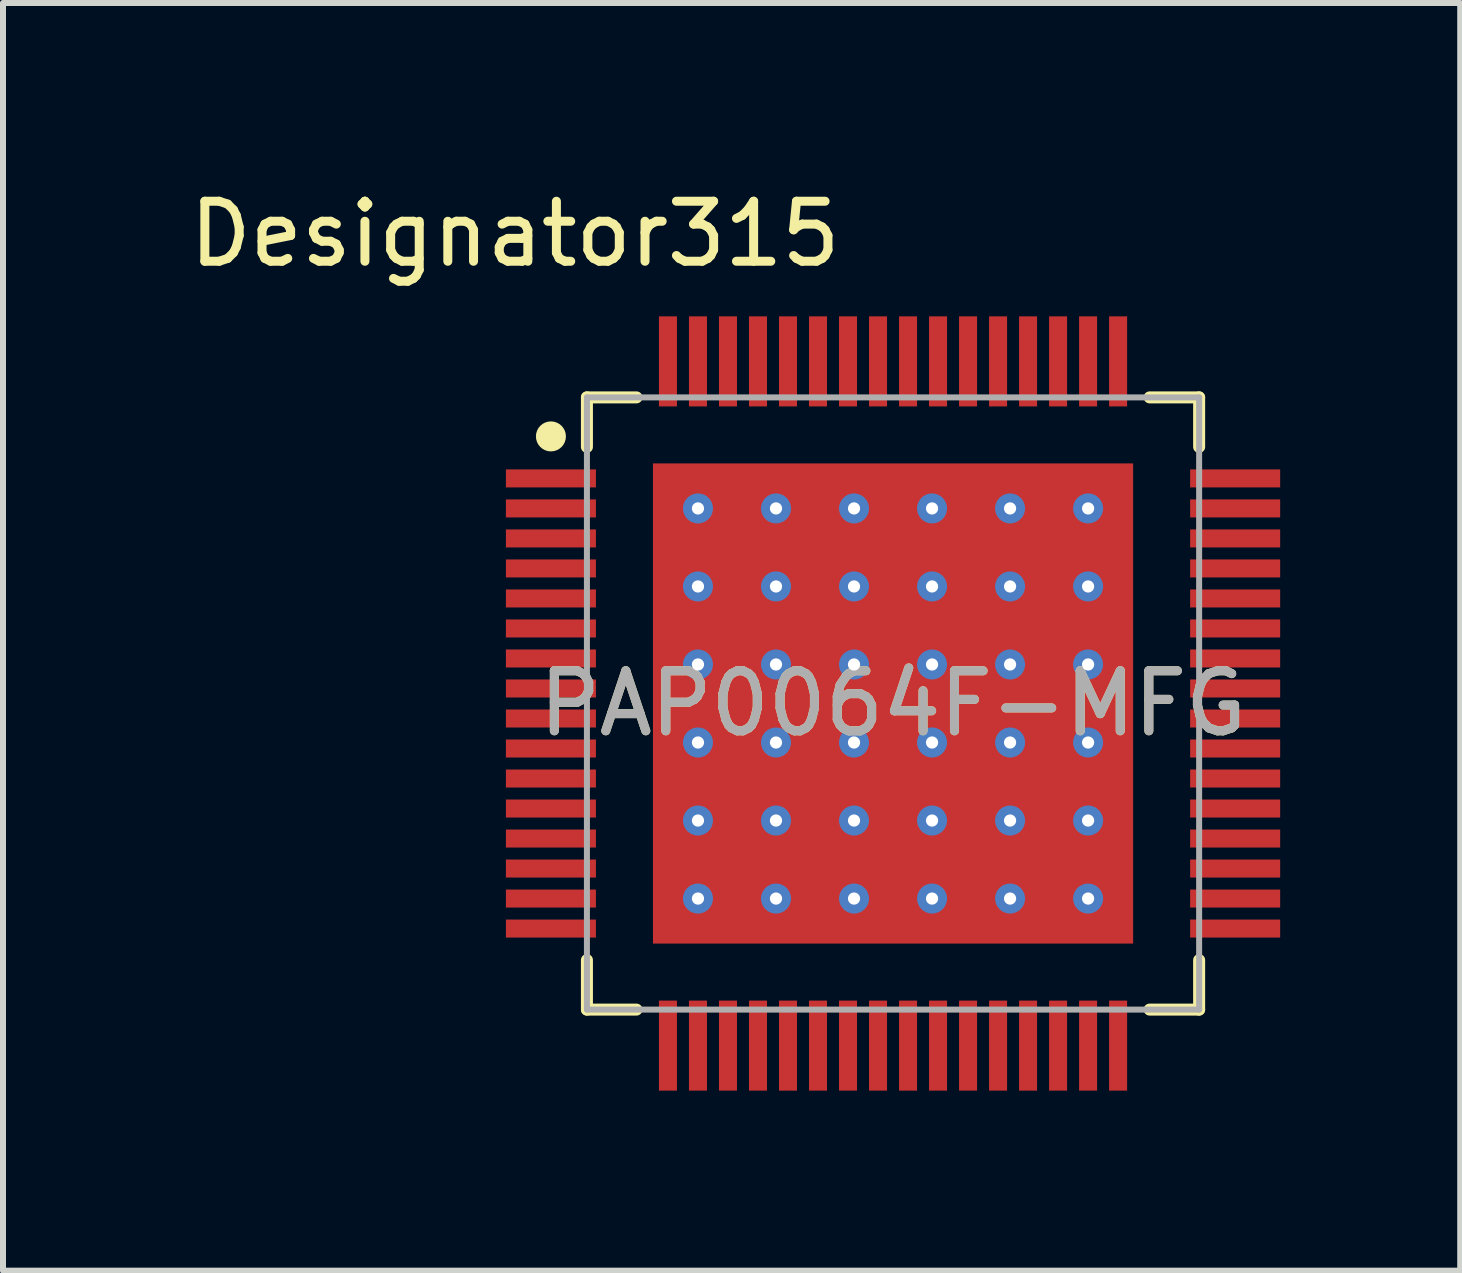
<source format=kicad_pcb>
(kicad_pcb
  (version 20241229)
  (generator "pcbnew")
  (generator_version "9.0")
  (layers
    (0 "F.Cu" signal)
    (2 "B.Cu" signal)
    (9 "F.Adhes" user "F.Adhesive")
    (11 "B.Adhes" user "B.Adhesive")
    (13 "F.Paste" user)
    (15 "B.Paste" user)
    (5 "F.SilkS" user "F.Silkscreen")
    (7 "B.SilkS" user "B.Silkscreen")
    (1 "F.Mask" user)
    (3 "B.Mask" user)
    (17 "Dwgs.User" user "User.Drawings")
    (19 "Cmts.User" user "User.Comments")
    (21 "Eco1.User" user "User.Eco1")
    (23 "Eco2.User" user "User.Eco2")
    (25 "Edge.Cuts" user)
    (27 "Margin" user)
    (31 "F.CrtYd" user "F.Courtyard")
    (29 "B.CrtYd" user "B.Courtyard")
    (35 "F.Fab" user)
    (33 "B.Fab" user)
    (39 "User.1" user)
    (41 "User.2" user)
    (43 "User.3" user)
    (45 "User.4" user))
  (footprint "PAP0064F-MFG"
    (layer "F.Cu")
    (at 11.829 8.671)
    (property "Reference" "PAP0064F-MFG" (at 0 0 0) (unlocked yes) (layer "F.SilkS") (effects (font (size 1 1) (thickness 0.15))))
    (attr smd)
    (fp_poly (pts (xy 3.25 -3.2) (xy 3.25 3.2) (xy 3.2 3.25) (xy -3.2 3.25) (xy -3.25 3.2) (xy -3.25 -3.2) (xy -3.2 -3.25) (xy 3.2 -3.25)) (stroke (width 0) (type solid)) (fill yes) (layer "F.Mask"))
    (fp_line (start -5.1 -5.1) (end -4.275 -5.1) (stroke (width 0.2) (type solid)) (layer "F.SilkS"))
    (fp_line (start -5.1 -4.275) (end -5.1 -5.1) (stroke (width 0.2) (type solid)) (layer "F.SilkS"))
    (fp_line (start -5.1 5.1) (end -5.1 4.275) (stroke (width 0.2) (type solid)) (layer "F.SilkS"))
    (fp_line (start -5.1 5.1) (end -4.275 5.1) (stroke (width 0.2) (type solid)) (layer "F.SilkS"))
    (fp_line (start 4.275 -5.1) (end 5.1 -5.1) (stroke (width 0.2) (type solid)) (layer "F.SilkS"))
    (fp_line (start 4.275 5.1) (end 5.1 5.1) (stroke (width 0.2) (type solid)) (layer "F.SilkS"))
    (fp_line (start 5.1 -4.275) (end 5.1 -5.1) (stroke (width 0.2) (type solid)) (layer "F.SilkS"))
    (fp_line (start 5.1 5.1) (end 5.1 4.275) (stroke (width 0.2) (type solid)) (layer "F.SilkS"))
    (fp_circle (center -5.7 -4.45) (end -5.575 -4.45) (stroke (width 0.25) (type solid)) (fill no) (layer "F.SilkS"))
    (fp_poly (pts (xy 3.25 -3.2) (xy 3.25 3.2) (xy 3.2 3.25) (xy -3.2 3.25) (xy -3.25 3.2) (xy -3.25 -3.2) (xy -3.2 -3.25) (xy 3.2 -3.25)) (stroke (width 0) (type solid)) (fill yes) (layer "F.Paste"))
    (fp_line (start -5.1 -5.1) (end 5.1 -5.1) (stroke (width 0.1) (type solid)) (layer "F.Fab"))
    (fp_line (start -5.1 5.1) (end -5.1 -5.1) (stroke (width 0.1) (type solid)) (layer "F.Fab"))
    (fp_line (start -5.1 5.1) (end 5.1 5.1) (stroke (width 0.1) (type solid)) (layer "F.Fab"))
    (fp_line (start 5.1 5.1) (end 5.1 -5.1) (stroke (width 0.1) (type solid)) (layer "F.Fab"))
    (fp_text user "Designator315" (at -6.299 -7.823 0) (unlocked yes) (layer "F.SilkS") (effects (font (size 1 1) (thickness 0.15))))
    (fp_text user "${REFERENCE}" (at 0 0 0) (unlocked yes) (layer "F.Fab") (effects (font (size 1 1) (thickness 0.15))))
    (pad "1" smd rect (at -5.7 -3.75 90) (size 0.3 1.5) (layers "F.Cu" "F.Mask" "F.Paste"))
    (pad "2" smd rect (at -5.7 -3.25 90) (size 0.3 1.5) (layers "F.Cu" "F.Mask" "F.Paste"))
    (pad "3" smd rect (at -5.7 -2.75 90) (size 0.3 1.5) (layers "F.Cu" "F.Mask" "F.Paste"))
    (pad "4" smd rect (at -5.7 -2.25 90) (size 0.3 1.5) (layers "F.Cu" "F.Mask" "F.Paste"))
    (pad "5" smd rect (at -5.7 -1.75 90) (size 0.3 1.5) (layers "F.Cu" "F.Mask" "F.Paste"))
    (pad "6" smd rect (at -5.7 -1.25 90) (size 0.3 1.5) (layers "F.Cu" "F.Mask" "F.Paste"))
    (pad "7" smd rect (at -5.7 -0.75 90) (size 0.3 1.5) (layers "F.Cu" "F.Mask" "F.Paste"))
    (pad "8" smd rect (at -5.7 -0.25 90) (size 0.3 1.5) (layers "F.Cu" "F.Mask" "F.Paste"))
    (pad "9" smd rect (at -5.7 0.25 90) (size 0.3 1.5) (layers "F.Cu" "F.Mask" "F.Paste"))
    (pad "10" smd rect (at -5.7 0.75 90) (size 0.3 1.5) (layers "F.Cu" "F.Mask" "F.Paste"))
    (pad "11" smd rect (at -5.7 1.25 90) (size 0.3 1.5) (layers "F.Cu" "F.Mask" "F.Paste"))
    (pad "12" smd rect (at -5.7 1.75 90) (size 0.3 1.5) (layers "F.Cu" "F.Mask" "F.Paste"))
    (pad "13" smd rect (at -5.7 2.25 90) (size 0.3 1.5) (layers "F.Cu" "F.Mask" "F.Paste"))
    (pad "14" smd rect (at -5.7 2.75 90) (size 0.3 1.5) (layers "F.Cu" "F.Mask" "F.Paste"))
    (pad "15" smd rect (at -5.7 3.25 90) (size 0.3 1.5) (layers "F.Cu" "F.Mask" "F.Paste"))
    (pad "16" smd rect (at -5.7 3.75 90) (size 0.3 1.5) (layers "F.Cu" "F.Mask" "F.Paste"))
    (pad "17" smd rect (at -3.75 5.7) (size 0.3 1.5) (layers "F.Cu" "F.Mask" "F.Paste"))
    (pad "18" smd rect (at -3.25 5.7) (size 0.3 1.5) (layers "F.Cu" "F.Mask" "F.Paste"))
    (pad "19" smd rect (at -2.75 5.7) (size 0.3 1.5) (layers "F.Cu" "F.Mask" "F.Paste"))
    (pad "20" smd rect (at -2.25 5.7) (size 0.3 1.5) (layers "F.Cu" "F.Mask" "F.Paste"))
    (pad "21" smd rect (at -1.75 5.7) (size 0.3 1.5) (layers "F.Cu" "F.Mask" "F.Paste"))
    (pad "22" smd rect (at -1.25 5.7) (size 0.3 1.5) (layers "F.Cu" "F.Mask" "F.Paste"))
    (pad "23" smd rect (at -0.75 5.7) (size 0.3 1.5) (layers "F.Cu" "F.Mask" "F.Paste"))
    (pad "24" smd rect (at -0.25 5.7) (size 0.3 1.5) (layers "F.Cu" "F.Mask" "F.Paste"))
    (pad "25" smd rect (at 0.25 5.7) (size 0.3 1.5) (layers "F.Cu" "F.Mask" "F.Paste"))
    (pad "26" smd rect (at 0.75 5.7) (size 0.3 1.5) (layers "F.Cu" "F.Mask" "F.Paste"))
    (pad "27" smd rect (at 1.25 5.7) (size 0.3 1.5) (layers "F.Cu" "F.Mask" "F.Paste"))
    (pad "28" smd rect (at 1.75 5.7) (size 0.3 1.5) (layers "F.Cu" "F.Mask" "F.Paste"))
    (pad "29" smd rect (at 2.25 5.7) (size 0.3 1.5) (layers "F.Cu" "F.Mask" "F.Paste"))
    (pad "30" smd rect (at 2.75 5.7) (size 0.3 1.5) (layers "F.Cu" "F.Mask" "F.Paste"))
    (pad "31" smd rect (at 3.25 5.7) (size 0.3 1.5) (layers "F.Cu" "F.Mask" "F.Paste"))
    (pad "32" smd rect (at 3.75 5.7) (size 0.3 1.5) (layers "F.Cu" "F.Mask" "F.Paste"))
    (pad "33" smd rect (at 5.7 3.75 90) (size 0.3 1.5) (layers "F.Cu" "F.Mask" "F.Paste"))
    (pad "34" smd rect (at 5.7 3.25 90) (size 0.3 1.5) (layers "F.Cu" "F.Mask" "F.Paste"))
    (pad "35" smd rect (at 5.7 2.75 90) (size 0.3 1.5) (layers "F.Cu" "F.Mask" "F.Paste"))
    (pad "36" smd rect (at 5.7 2.25 90) (size 0.3 1.5) (layers "F.Cu" "F.Mask" "F.Paste"))
    (pad "37" smd rect (at 5.7 1.75 90) (size 0.3 1.5) (layers "F.Cu" "F.Mask" "F.Paste"))
    (pad "38" smd rect (at 5.7 1.25 90) (size 0.3 1.5) (layers "F.Cu" "F.Mask" "F.Paste"))
    (pad "39" smd rect (at 5.7 0.75 90) (size 0.3 1.5) (layers "F.Cu" "F.Mask" "F.Paste"))
    (pad "40" smd rect (at 5.7 0.25 90) (size 0.3 1.5) (layers "F.Cu" "F.Mask" "F.Paste"))
    (pad "41" smd rect (at 5.7 -0.25 90) (size 0.3 1.5) (layers "F.Cu" "F.Mask" "F.Paste"))
    (pad "42" smd rect (at 5.7 -0.75 90) (size 0.3 1.5) (layers "F.Cu" "F.Mask" "F.Paste"))
    (pad "43" smd rect (at 5.7 -1.25 90) (size 0.3 1.5) (layers "F.Cu" "F.Mask" "F.Paste"))
    (pad "44" smd rect (at 5.7 -1.75 90) (size 0.3 1.5) (layers "F.Cu" "F.Mask" "F.Paste"))
    (pad "45" smd rect (at 5.7 -2.25 90) (size 0.3 1.5) (layers "F.Cu" "F.Mask" "F.Paste"))
    (pad "46" smd rect (at 5.7 -2.75 90) (size 0.3 1.5) (layers "F.Cu" "F.Mask" "F.Paste"))
    (pad "47" smd rect (at 5.7 -3.25 90) (size 0.3 1.5) (layers "F.Cu" "F.Mask" "F.Paste"))
    (pad "48" smd rect (at 5.7 -3.75 90) (size 0.3 1.5) (layers "F.Cu" "F.Mask" "F.Paste"))
    (pad "49" smd rect (at 3.75 -5.7) (size 0.3 1.5) (layers "F.Cu" "F.Mask" "F.Paste"))
    (pad "50" smd rect (at 3.25 -5.7) (size 0.3 1.5) (layers "F.Cu" "F.Mask" "F.Paste"))
    (pad "51" smd rect (at 2.75 -5.7) (size 0.3 1.5) (layers "F.Cu" "F.Mask" "F.Paste"))
    (pad "52" smd rect (at 2.25 -5.7) (size 0.3 1.5) (layers "F.Cu" "F.Mask" "F.Paste"))
    (pad "53" smd rect (at 1.75 -5.7) (size 0.3 1.5) (layers "F.Cu" "F.Mask" "F.Paste"))
    (pad "54" smd rect (at 1.25 -5.7) (size 0.3 1.5) (layers "F.Cu" "F.Mask" "F.Paste"))
    (pad "55" smd rect (at 0.75 -5.7) (size 0.3 1.5) (layers "F.Cu" "F.Mask" "F.Paste"))
    (pad "56" smd rect (at 0.25 -5.7) (size 0.3 1.5) (layers "F.Cu" "F.Mask" "F.Paste"))
    (pad "57" smd rect (at -0.25 -5.7) (size 0.3 1.5) (layers "F.Cu" "F.Mask" "F.Paste"))
    (pad "58" smd rect (at -0.75 -5.7) (size 0.3 1.5) (layers "F.Cu" "F.Mask" "F.Paste"))
    (pad "59" smd rect (at -1.25 -5.7) (size 0.3 1.5) (layers "F.Cu" "F.Mask" "F.Paste"))
    (pad "60" smd rect (at -1.75 -5.7) (size 0.3 1.5) (layers "F.Cu" "F.Mask" "F.Paste"))
    (pad "61" smd rect (at -2.25 -5.7) (size 0.3 1.5) (layers "F.Cu" "F.Mask" "F.Paste"))
    (pad "62" smd rect (at -2.75 -5.7) (size 0.3 1.5) (layers "F.Cu" "F.Mask" "F.Paste"))
    (pad "63" smd rect (at -3.25 -5.7) (size 0.3 1.5) (layers "F.Cu" "F.Mask" "F.Paste"))
    (pad "64" smd rect (at -3.75 -5.7) (size 0.3 1.5) (layers "F.Cu" "F.Mask" "F.Paste"))
    (pad "65" smd rect (at 0 0) (size 8 8) (layers "F.Cu"))
    (pad "66" thru_hole circle (at 3.25 3.25) (size 0.5 0.5) (drill 0.203) (layers "*.Cu" "*.Mask"))
    (pad "67" thru_hole circle (at 1.95 3.25) (size 0.5 0.5) (drill 0.203) (layers "*.Cu" "*.Mask"))
    (pad "68" thru_hole circle (at 0.65 3.25) (size 0.5 0.5) (drill 0.203) (layers "*.Cu" "*.Mask"))
    (pad "69" thru_hole circle (at -0.65 3.25) (size 0.5 0.5) (drill 0.203) (layers "*.Cu" "*.Mask"))
    (pad "70" thru_hole circle (at -1.95 3.25) (size 0.5 0.5) (drill 0.203) (layers "*.Cu" "*.Mask"))
    (pad "71" thru_hole circle (at -3.25 3.25) (size 0.5 0.5) (drill 0.203) (layers "*.Cu" "*.Mask"))
    (pad "72" thru_hole circle (at 3.25 1.95) (size 0.5 0.5) (drill 0.203) (layers "*.Cu" "*.Mask"))
    (pad "73" thru_hole circle (at 1.95 1.95) (size 0.5 0.5) (drill 0.203) (layers "*.Cu" "*.Mask"))
    (pad "74" thru_hole circle (at 0.65 1.95) (size 0.5 0.5) (drill 0.203) (layers "*.Cu" "*.Mask"))
    (pad "75" thru_hole circle (at -0.65 1.95) (size 0.5 0.5) (drill 0.203) (layers "*.Cu" "*.Mask"))
    (pad "76" thru_hole circle (at -1.95 1.95) (size 0.5 0.5) (drill 0.203) (layers "*.Cu" "*.Mask"))
    (pad "77" thru_hole circle (at -3.25 1.95) (size 0.5 0.5) (drill 0.203) (layers "*.Cu" "*.Mask"))
    (pad "78" thru_hole circle (at 3.25 0.65) (size 0.5 0.5) (drill 0.203) (layers "*.Cu" "*.Mask"))
    (pad "79" thru_hole circle (at 1.95 0.65) (size 0.5 0.5) (drill 0.203) (layers "*.Cu" "*.Mask"))
    (pad "80" thru_hole circle (at 0.65 0.65) (size 0.5 0.5) (drill 0.203) (layers "*.Cu" "*.Mask"))
    (pad "81" thru_hole circle (at -0.65 0.65) (size 0.5 0.5) (drill 0.203) (layers "*.Cu" "*.Mask"))
    (pad "82" thru_hole circle (at -1.95 0.65) (size 0.5 0.5) (drill 0.203) (layers "*.Cu" "*.Mask"))
    (pad "83" thru_hole circle (at -3.25 0.65) (size 0.5 0.5) (drill 0.203) (layers "*.Cu" "*.Mask"))
    (pad "84" thru_hole circle (at 3.25 -0.65) (size 0.5 0.5) (drill 0.203) (layers "*.Cu" "*.Mask"))
    (pad "85" thru_hole circle (at 1.95 -0.65) (size 0.5 0.5) (drill 0.203) (layers "*.Cu" "*.Mask"))
    (pad "86" thru_hole circle (at 0.65 -0.65) (size 0.5 0.5) (drill 0.203) (layers "*.Cu" "*.Mask"))
    (pad "87" thru_hole circle (at -0.65 -0.65) (size 0.5 0.5) (drill 0.203) (layers "*.Cu" "*.Mask"))
    (pad "88" thru_hole circle (at -1.95 -0.65) (size 0.5 0.5) (drill 0.203) (layers "*.Cu" "*.Mask"))
    (pad "89" thru_hole circle (at -3.25 -0.65) (size 0.5 0.5) (drill 0.203) (layers "*.Cu" "*.Mask"))
    (pad "90" thru_hole circle (at 3.25 -1.95) (size 0.5 0.5) (drill 0.203) (layers "*.Cu" "*.Mask"))
    (pad "91" thru_hole circle (at 1.95 -1.95) (size 0.5 0.5) (drill 0.203) (layers "*.Cu" "*.Mask"))
    (pad "92" thru_hole circle (at 0.65 -1.95) (size 0.5 0.5) (drill 0.203) (layers "*.Cu" "*.Mask"))
    (pad "93" thru_hole circle (at -0.65 -1.95) (size 0.5 0.5) (drill 0.203) (layers "*.Cu" "*.Mask"))
    (pad "94" thru_hole circle (at -1.95 -1.95) (size 0.5 0.5) (drill 0.203) (layers "*.Cu" "*.Mask"))
    (pad "95" thru_hole circle (at -3.25 -1.95) (size 0.5 0.5) (drill 0.203) (layers "*.Cu" "*.Mask"))
    (pad "96" thru_hole circle (at 3.25 -3.25) (size 0.5 0.5) (drill 0.203) (layers "*.Cu" "*.Mask"))
    (pad "97" thru_hole circle (at 1.95 -3.25) (size 0.5 0.5) (drill 0.203) (layers "*.Cu" "*.Mask"))
    (pad "98" thru_hole circle (at 0.65 -3.25) (size 0.5 0.5) (drill 0.203) (layers "*.Cu" "*.Mask"))
    (pad "99" thru_hole circle (at -0.65 -3.25) (size 0.5 0.5) (drill 0.203) (layers "*.Cu" "*.Mask"))
    (pad "100" thru_hole circle (at -1.95 -3.25) (size 0.5 0.5) (drill 0.203) (layers "*.Cu" "*.Mask"))
    (pad "101" thru_hole circle (at -3.25 -3.25) (size 0.5 0.5) (drill 0.203) (layers "*.Cu" "*.Mask")))
  (gr_rect
    (start -3 -3)
    (end 21.279 18.121)
    (stroke (width 0.1) (type default))
    (fill no)
    (layer "Edge.Cuts")))
</source>
